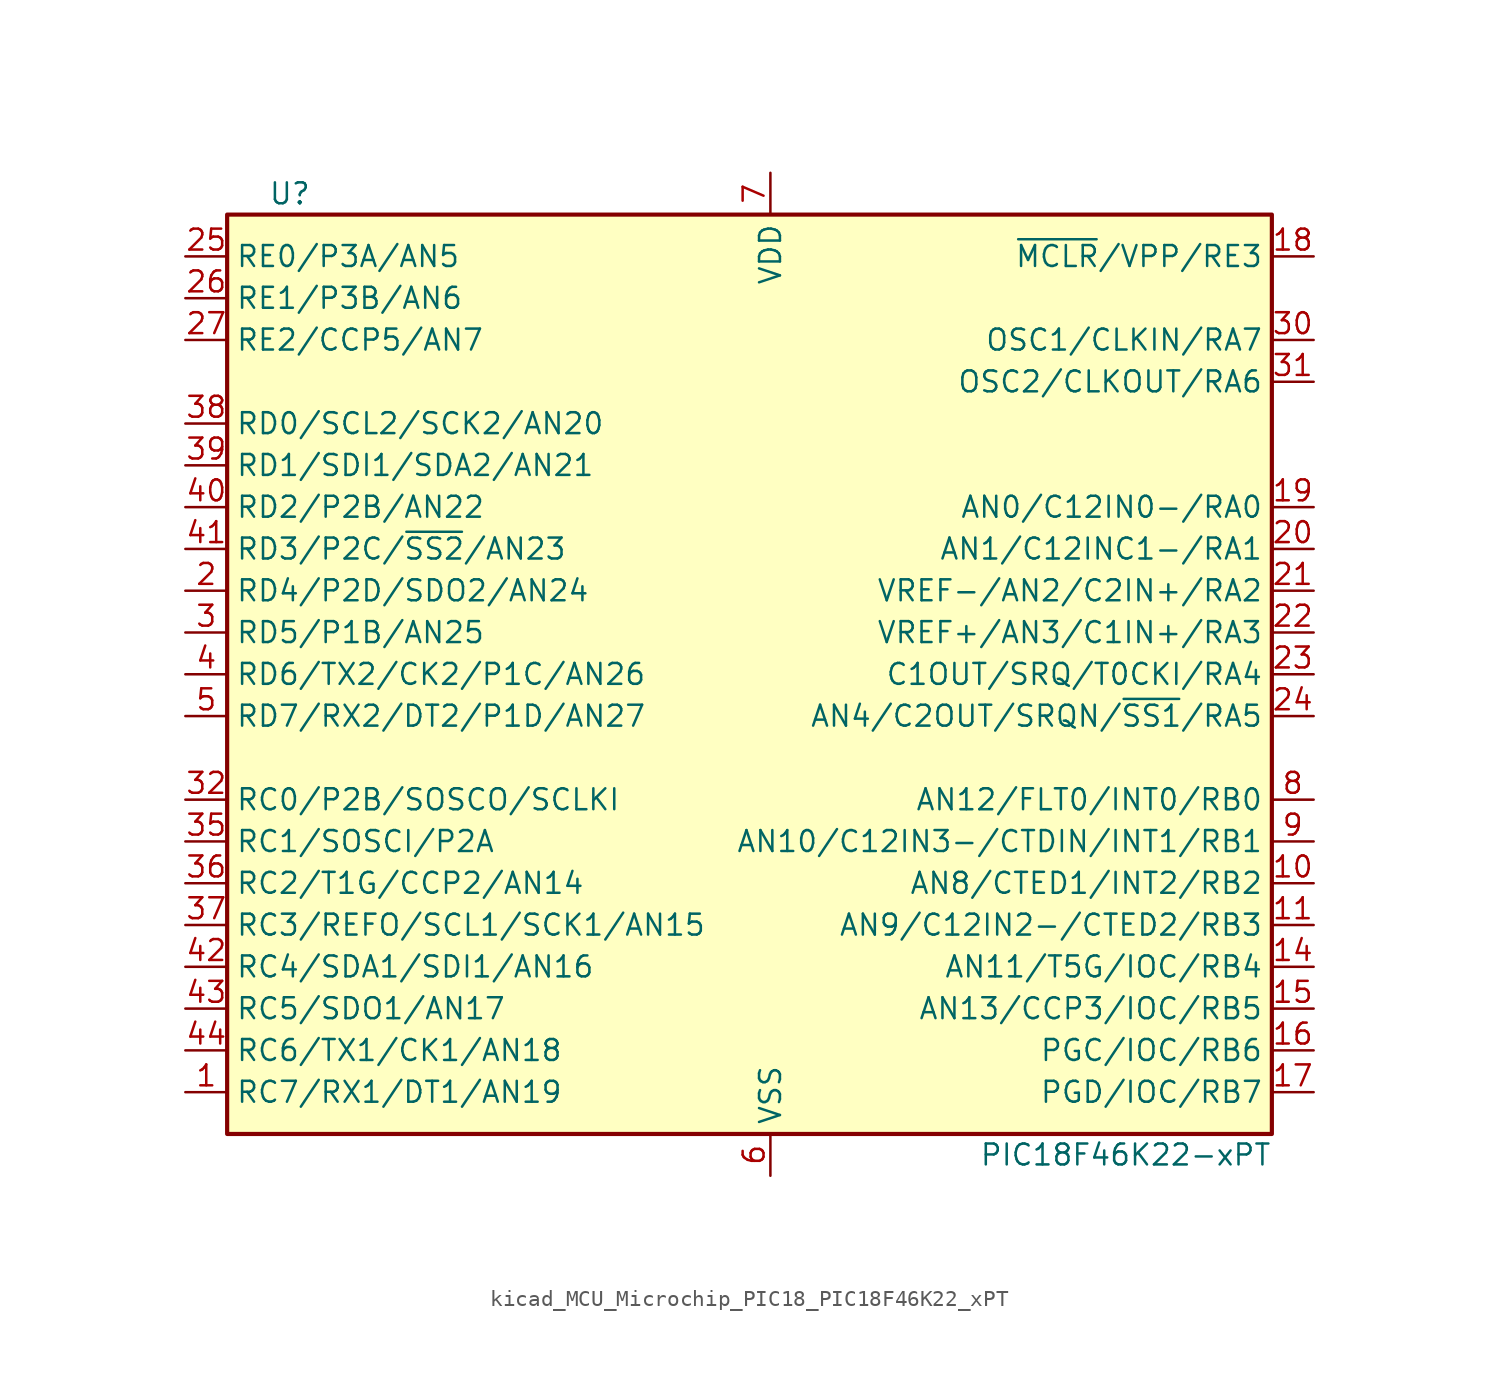
<source format=kicad_sym>
(kicad_symbol_lib
  (version 20220914)
  (generator kicad_symbol_editor)
  (symbol "kicad_MCU_Microchip_PIC18_PIC18F46K22_xPT"
    (property "Reference" "U"
      (at -29.21 29.21 0)
      (effects (font (size 1.27 1.27))))
    (property "Value" "PIC18F46K22-xPT"
      (at 21.59 -29.21 0)
      (effects (font (size 1.27 1.27))))
    (symbol "kicad_MCU_Microchip_PIC18_PIC18F46K22_xPT_0_1"
      (rectangle (start -33.02 27.94) (end 30.48 -27.94) (stroke (width 0.254) (type default)) (fill (type background))))
    (symbol "kicad_MCU_Microchip_PIC18_PIC18F46K22_xPT_1_1"
      (pin bidirectional line (at -35.56 -25.4 0) (length 2.54) (name "RC7/RX1/DT1/AN19" (effects (font (size 1.27 1.27)))) (number "1" (effects (font (size 1.27 1.27)))))
      (pin bidirectional line (at 33.02 -12.7 180) (length 2.54) (name "AN8/CTED1/INT2/RB2" (effects (font (size 1.27 1.27)))) (number "10" (effects (font (size 1.27 1.27)))))
      (pin bidirectional line (at 33.02 -15.24 180) (length 2.54) (name "AN9/C12IN2-/CTED2/RB3" (effects (font (size 1.27 1.27)))) (number "11" (effects (font (size 1.27 1.27)))))
      (pin no_connect line (at -10.16 -27.94 90) (length 2.54) hide (name "NC" (effects (font (size 1.27 1.27)))) (number "12" (effects (font (size 1.27 1.27)))))
      (pin no_connect line (at -7.62 -27.94 90) (length 2.54) hide (name "NC" (effects (font (size 1.27 1.27)))) (number "13" (effects (font (size 1.27 1.27)))))
      (pin bidirectional line (at 33.02 -17.78 180) (length 2.54) (name "AN11/T5G/IOC/RB4" (effects (font (size 1.27 1.27)))) (number "14" (effects (font (size 1.27 1.27)))))
      (pin bidirectional line (at 33.02 -20.32 180) (length 2.54) (name "AN13/CCP3/IOC/RB5" (effects (font (size 1.27 1.27)))) (number "15" (effects (font (size 1.27 1.27)))))
      (pin bidirectional line (at 33.02 -22.86 180) (length 2.54) (name "PGC/IOC/RB6" (effects (font (size 1.27 1.27)))) (number "16" (effects (font (size 1.27 1.27)))))
      (pin bidirectional line (at 33.02 -25.4 180) (length 2.54) (name "PGD/IOC/RB7" (effects (font (size 1.27 1.27)))) (number "17" (effects (font (size 1.27 1.27)))))
      (pin bidirectional line (at 33.02 25.4 180) (length 2.54) (name "~{MCLR}/VPP/RE3" (effects (font (size 1.27 1.27)))) (number "18" (effects (font (size 1.27 1.27)))))
      (pin bidirectional line (at 33.02 10.16 180) (length 2.54) (name "AN0/C12IN0-/RA0" (effects (font (size 1.27 1.27)))) (number "19" (effects (font (size 1.27 1.27)))))
      (pin bidirectional line (at -35.56 5.08 0) (length 2.54) (name "RD4/P2D/SDO2/AN24" (effects (font (size 1.27 1.27)))) (number "2" (effects (font (size 1.27 1.27)))))
      (pin bidirectional line (at 33.02 7.62 180) (length 2.54) (name "AN1/C12INC1-/RA1" (effects (font (size 1.27 1.27)))) (number "20" (effects (font (size 1.27 1.27)))))
      (pin bidirectional line (at 33.02 5.08 180) (length 2.54) (name "VREF-/AN2/C2IN+/RA2" (effects (font (size 1.27 1.27)))) (number "21" (effects (font (size 1.27 1.27)))))
      (pin bidirectional line (at 33.02 2.54 180) (length 2.54) (name "VREF+/AN3/C1IN+/RA3" (effects (font (size 1.27 1.27)))) (number "22" (effects (font (size 1.27 1.27)))))
      (pin bidirectional line (at 33.02 0 180) (length 2.54) (name "C1OUT/SRQ/T0CKI/RA4" (effects (font (size 1.27 1.27)))) (number "23" (effects (font (size 1.27 1.27)))))
      (pin bidirectional line (at 33.02 -2.54 180) (length 2.54) (name "AN4/C2OUT/SRQN/~{SS1}/RA5" (effects (font (size 1.27 1.27)))) (number "24" (effects (font (size 1.27 1.27)))))
      (pin bidirectional line (at -35.56 25.4 0) (length 2.54) (name "RE0/P3A/AN5" (effects (font (size 1.27 1.27)))) (number "25" (effects (font (size 1.27 1.27)))))
      (pin bidirectional line (at -35.56 22.86 0) (length 2.54) (name "RE1/P3B/AN6" (effects (font (size 1.27 1.27)))) (number "26" (effects (font (size 1.27 1.27)))))
      (pin bidirectional line (at -35.56 20.32 0) (length 2.54) (name "RE2/CCP5/AN7" (effects (font (size 1.27 1.27)))) (number "27" (effects (font (size 1.27 1.27)))))
      (pin passive line (at 0 30.48 270) (length 2.54) hide (name "VDD" (effects (font (size 1.27 1.27)))) (number "28" (effects (font (size 1.27 1.27)))))
      (pin passive line (at 0 -30.48 90) (length 2.54) hide (name "VSS" (effects (font (size 1.27 1.27)))) (number "29" (effects (font (size 1.27 1.27)))))
      (pin bidirectional line (at -35.56 2.54 0) (length 2.54) (name "RD5/P1B/AN25" (effects (font (size 1.27 1.27)))) (number "3" (effects (font (size 1.27 1.27)))))
      (pin bidirectional line (at 33.02 20.32 180) (length 2.54) (name "OSC1/CLKIN/RA7" (effects (font (size 1.27 1.27)))) (number "30" (effects (font (size 1.27 1.27)))))
      (pin bidirectional line (at 33.02 17.78 180) (length 2.54) (name "OSC2/CLKOUT/RA6" (effects (font (size 1.27 1.27)))) (number "31" (effects (font (size 1.27 1.27)))))
      (pin bidirectional line (at -35.56 -7.62 0) (length 2.54) (name "RC0/P2B/SOSCO/SCLKI" (effects (font (size 1.27 1.27)))) (number "32" (effects (font (size 1.27 1.27)))))
      (pin no_connect line (at -5.08 -27.94 90) (length 2.54) hide (name "NC" (effects (font (size 1.27 1.27)))) (number "33" (effects (font (size 1.27 1.27)))))
      (pin no_connect line (at -2.54 -27.94 90) (length 2.54) hide (name "NC" (effects (font (size 1.27 1.27)))) (number "34" (effects (font (size 1.27 1.27)))))
      (pin bidirectional line (at -35.56 -10.16 0) (length 2.54) (name "RC1/SOSCI/P2A" (effects (font (size 1.27 1.27)))) (number "35" (effects (font (size 1.27 1.27)))))
      (pin bidirectional line (at -35.56 -12.7 0) (length 2.54) (name "RC2/T1G/CCP2/AN14" (effects (font (size 1.27 1.27)))) (number "36" (effects (font (size 1.27 1.27)))))
      (pin bidirectional line (at -35.56 -15.24 0) (length 2.54) (name "RC3/REFO/SCL1/SCK1/AN15" (effects (font (size 1.27 1.27)))) (number "37" (effects (font (size 1.27 1.27)))))
      (pin bidirectional line (at -35.56 15.24 0) (length 2.54) (name "RD0/SCL2/SCK2/AN20" (effects (font (size 1.27 1.27)))) (number "38" (effects (font (size 1.27 1.27)))))
      (pin bidirectional line (at -35.56 12.7 0) (length 2.54) (name "RD1/SDI1/SDA2/AN21" (effects (font (size 1.27 1.27)))) (number "39" (effects (font (size 1.27 1.27)))))
      (pin bidirectional line (at -35.56 0 0) (length 2.54) (name "RD6/TX2/CK2/P1C/AN26" (effects (font (size 1.27 1.27)))) (number "4" (effects (font (size 1.27 1.27)))))
      (pin bidirectional line (at -35.56 10.16 0) (length 2.54) (name "RD2/P2B/AN22" (effects (font (size 1.27 1.27)))) (number "40" (effects (font (size 1.27 1.27)))))
      (pin bidirectional line (at -35.56 7.62 0) (length 2.54) (name "RD3/P2C/~{SS2}/AN23" (effects (font (size 1.27 1.27)))) (number "41" (effects (font (size 1.27 1.27)))))
      (pin bidirectional line (at -35.56 -17.78 0) (length 2.54) (name "RC4/SDA1/SDI1/AN16" (effects (font (size 1.27 1.27)))) (number "42" (effects (font (size 1.27 1.27)))))
      (pin bidirectional line (at -35.56 -20.32 0) (length 2.54) (name "RC5/SDO1/AN17" (effects (font (size 1.27 1.27)))) (number "43" (effects (font (size 1.27 1.27)))))
      (pin bidirectional line (at -35.56 -22.86 0) (length 2.54) (name "RC6/TX1/CK1/AN18" (effects (font (size 1.27 1.27)))) (number "44" (effects (font (size 1.27 1.27)))))
      (pin bidirectional line (at -35.56 -2.54 0) (length 2.54) (name "RD7/RX2/DT2/P1D/AN27" (effects (font (size 1.27 1.27)))) (number "5" (effects (font (size 1.27 1.27)))))
      (pin power_in line (at 0 -30.48 90) (length 2.54) (name "VSS" (effects (font (size 1.27 1.27)))) (number "6" (effects (font (size 1.27 1.27)))))
      (pin power_in line (at 0 30.48 270) (length 2.54) (name "VDD" (effects (font (size 1.27 1.27)))) (number "7" (effects (font (size 1.27 1.27)))))
      (pin bidirectional line (at 33.02 -7.62 180) (length 2.54) (name "AN12/FLT0/INT0/RB0" (effects (font (size 1.27 1.27)))) (number "8" (effects (font (size 1.27 1.27)))))
      (pin bidirectional line (at 33.02 -10.16 180) (length 2.54) (name "AN10/C12IN3-/CTDIN/INT1/RB1" (effects (font (size 1.27 1.27)))) (number "9" (effects (font (size 1.27 1.27))))))))
</source>
